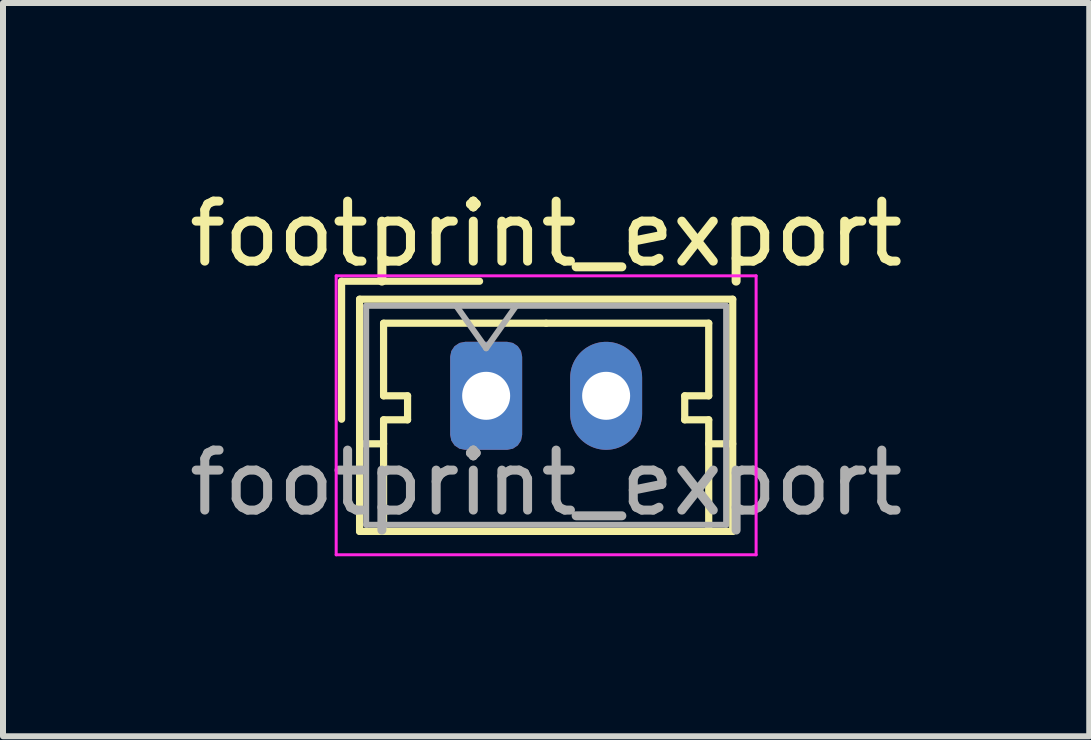
<source format=kicad_pcb>
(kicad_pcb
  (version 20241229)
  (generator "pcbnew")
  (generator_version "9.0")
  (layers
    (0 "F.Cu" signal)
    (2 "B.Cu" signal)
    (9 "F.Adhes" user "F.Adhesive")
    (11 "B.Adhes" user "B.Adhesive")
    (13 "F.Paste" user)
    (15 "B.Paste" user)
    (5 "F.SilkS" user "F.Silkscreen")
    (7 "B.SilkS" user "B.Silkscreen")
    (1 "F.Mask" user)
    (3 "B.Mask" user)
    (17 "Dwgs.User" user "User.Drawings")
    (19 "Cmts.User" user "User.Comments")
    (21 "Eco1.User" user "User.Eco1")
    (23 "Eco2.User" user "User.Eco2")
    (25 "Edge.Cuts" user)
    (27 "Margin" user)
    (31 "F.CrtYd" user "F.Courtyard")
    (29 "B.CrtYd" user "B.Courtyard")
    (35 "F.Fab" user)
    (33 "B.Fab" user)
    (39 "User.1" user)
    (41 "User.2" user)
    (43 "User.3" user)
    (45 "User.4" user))
  (footprint "footprint_export"
    (layer "F.Cu")
    (at 5.054 3.548)
    (property "Reference" "footprint_export" (at 1 -2.7 0) (layer "F.SilkS") (effects (font (size 1 1) (thickness 0.15))))
    (attr through_hole)
    (fp_line (start -2.41 -1.91) (end -2.41 0.39) (stroke (width 0.12) (type solid)) (layer "F.SilkS"))
    (fp_line (start -2.11 -1.61) (end -2.11 2.26) (stroke (width 0.12) (type solid)) (layer "F.SilkS"))
    (fp_line (start -2.11 0.8) (end -1.71 0.8) (stroke (width 0.12) (type solid)) (layer "F.SilkS"))
    (fp_line (start -2.11 2.26) (end 4.11 2.26) (stroke (width 0.12) (type solid)) (layer "F.SilkS"))
    (fp_line (start -1.71 -1.21) (end -1.71 0) (stroke (width 0.12) (type solid)) (layer "F.SilkS"))
    (fp_line (start -1.71 0) (end -1.31 0) (stroke (width 0.12) (type solid)) (layer "F.SilkS"))
    (fp_line (start -1.71 0.4) (end -1.71 2.26) (stroke (width 0.12) (type solid)) (layer "F.SilkS"))
    (fp_line (start -1.31 0) (end -1.31 0.4) (stroke (width 0.12) (type solid)) (layer "F.SilkS"))
    (fp_line (start -1.31 0.4) (end -1.71 0.4) (stroke (width 0.12) (type solid)) (layer "F.SilkS"))
    (fp_line (start -0.11 -1.91) (end -2.41 -1.91) (stroke (width 0.12) (type solid)) (layer "F.SilkS"))
    (fp_line (start 1 -1.21) (end -1.71 -1.21) (stroke (width 0.12) (type solid)) (layer "F.SilkS"))
    (fp_line (start 1 -1.21) (end 3.71 -1.21) (stroke (width 0.12) (type solid)) (layer "F.SilkS"))
    (fp_line (start 3.31 0) (end 3.31 0.4) (stroke (width 0.12) (type solid)) (layer "F.SilkS"))
    (fp_line (start 3.31 0.4) (end 3.71 0.4) (stroke (width 0.12) (type solid)) (layer "F.SilkS"))
    (fp_line (start 3.71 -1.21) (end 3.71 0) (stroke (width 0.12) (type solid)) (layer "F.SilkS"))
    (fp_line (start 3.71 0) (end 3.31 0) (stroke (width 0.12) (type solid)) (layer "F.SilkS"))
    (fp_line (start 3.71 0.4) (end 3.71 2.26) (stroke (width 0.12) (type solid)) (layer "F.SilkS"))
    (fp_line (start 4.11 -1.61) (end -2.11 -1.61) (stroke (width 0.12) (type solid)) (layer "F.SilkS"))
    (fp_line (start 4.11 0.8) (end 3.71 0.8) (stroke (width 0.12) (type solid)) (layer "F.SilkS"))
    (fp_line (start 4.11 2.26) (end 4.11 -1.61) (stroke (width 0.12) (type solid)) (layer "F.SilkS"))
    (fp_line (start -2.5 -2) (end -2.5 2.65) (stroke (width 0.05) (type solid)) (layer "F.CrtYd"))
    (fp_line (start -2.5 2.65) (end 4.5 2.65) (stroke (width 0.05) (type solid)) (layer "F.CrtYd"))
    (fp_line (start 4.5 -2) (end -2.5 -2) (stroke (width 0.05) (type solid)) (layer "F.CrtYd"))
    (fp_line (start 4.5 2.65) (end 4.5 -2) (stroke (width 0.05) (type solid)) (layer "F.CrtYd"))
    (fp_line (start -2 -1.5) (end -2 2.15) (stroke (width 0.1) (type solid)) (layer "F.Fab"))
    (fp_line (start -2 2.15) (end 4 2.15) (stroke (width 0.1) (type solid)) (layer "F.Fab"))
    (fp_line (start -0.5 -1.5) (end 0 -0.793) (stroke (width 0.1) (type solid)) (layer "F.Fab"))
    (fp_line (start 0 -0.793) (end 0.5 -1.5) (stroke (width 0.1) (type solid)) (layer "F.Fab"))
    (fp_line (start 4 -1.5) (end -2 -1.5) (stroke (width 0.1) (type solid)) (layer "F.Fab"))
    (fp_line (start 4 2.15) (end 4 -1.5) (stroke (width 0.1) (type solid)) (layer "F.Fab"))
    (fp_text user "${REFERENCE}" (at 1 1.45 0) (layer "F.Fab") (effects (font (size 1 1) (thickness 0.15))))
    (pad "1" thru_hole roundrect (at 0 0) (size 1.2 1.8) (drill 0.8) (layers "*.Cu" "*.Mask") (roundrect_rratio 0.208))
    (pad "2" thru_hole oval (at 2 0) (size 1.2 1.8) (drill 0.8) (layers "*.Cu" "*.Mask")))
  (gr_rect
    (start -3 -3)
    (end 15.107 9.223)
    (stroke (width 0.1) (type default))
    (fill no)
    (layer "Edge.Cuts")))
</source>
